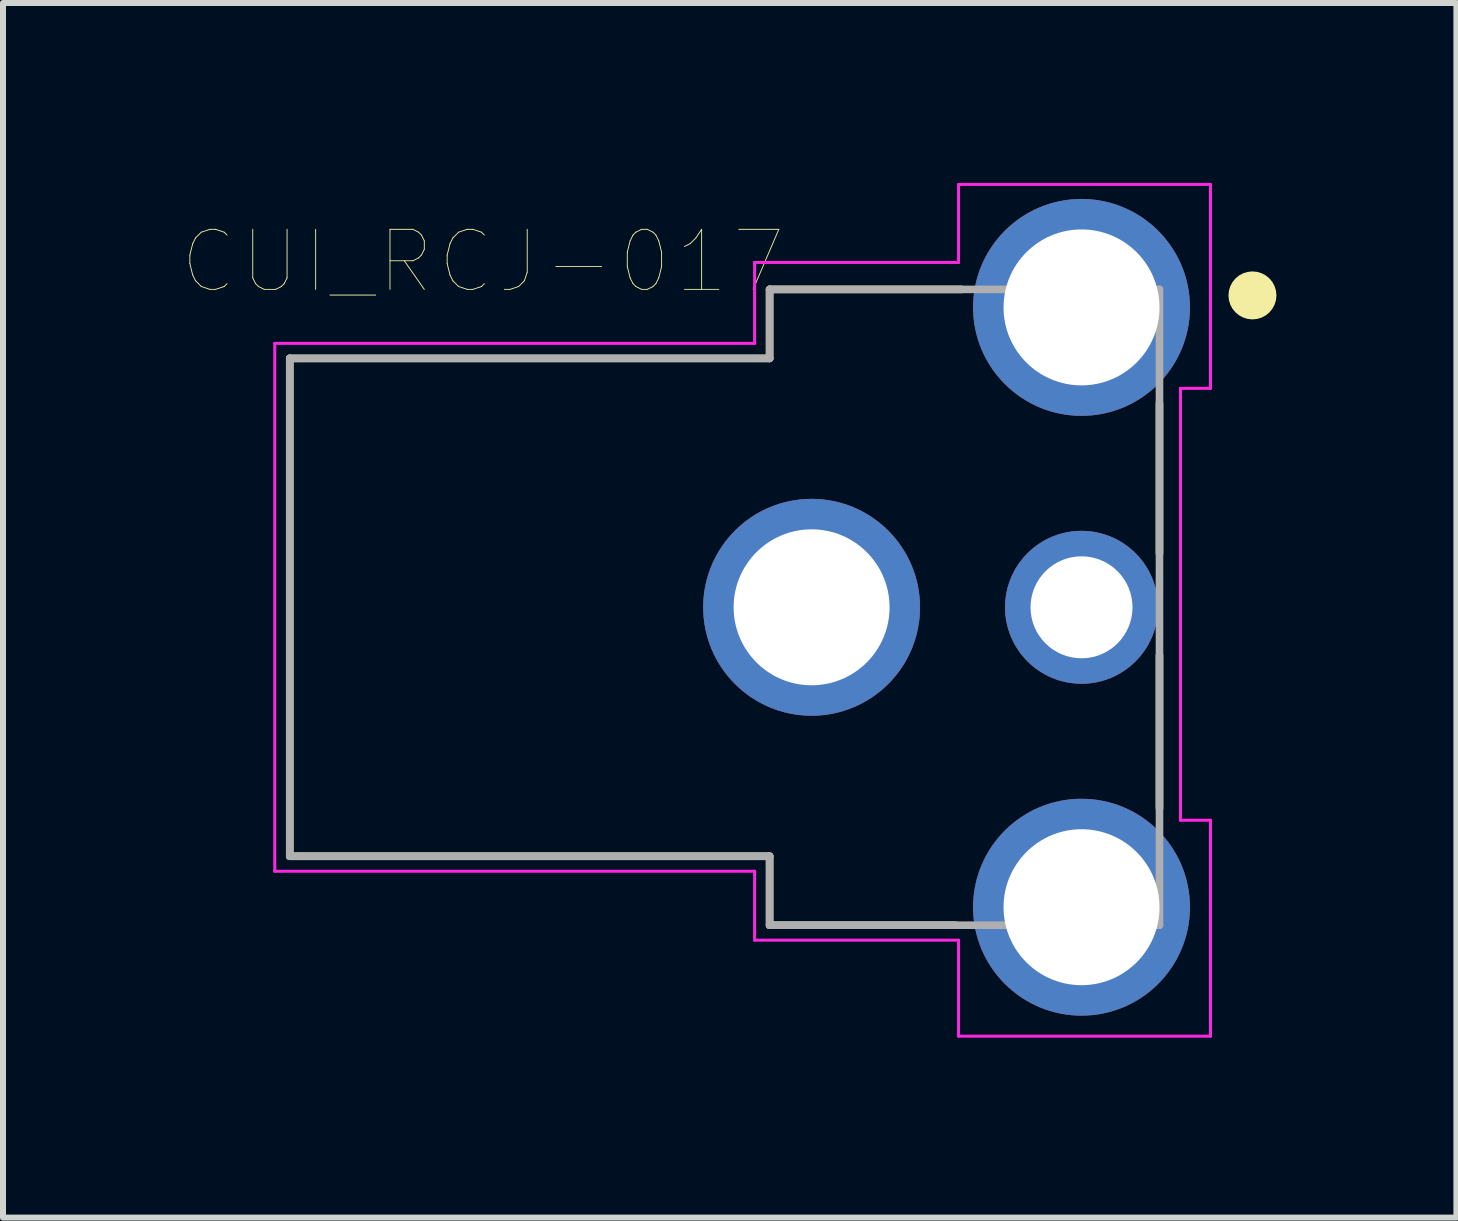
<source format=kicad_pcb>
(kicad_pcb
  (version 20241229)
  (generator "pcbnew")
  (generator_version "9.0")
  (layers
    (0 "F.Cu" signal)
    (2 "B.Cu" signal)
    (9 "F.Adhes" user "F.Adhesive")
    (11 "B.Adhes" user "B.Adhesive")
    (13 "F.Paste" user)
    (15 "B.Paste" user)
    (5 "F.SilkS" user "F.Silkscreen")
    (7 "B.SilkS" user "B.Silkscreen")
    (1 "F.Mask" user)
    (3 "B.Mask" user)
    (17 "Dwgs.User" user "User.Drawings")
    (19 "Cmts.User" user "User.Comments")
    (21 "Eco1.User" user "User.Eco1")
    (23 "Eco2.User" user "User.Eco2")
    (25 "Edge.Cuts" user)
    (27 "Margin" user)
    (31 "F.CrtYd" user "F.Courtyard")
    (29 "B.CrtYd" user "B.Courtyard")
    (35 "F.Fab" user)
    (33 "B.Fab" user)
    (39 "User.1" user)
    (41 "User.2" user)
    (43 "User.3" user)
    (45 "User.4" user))
  (footprint "CUI_RCJ-017"
    (layer "F.Cu")
    (at 9.031 7.075)
    (property "Reference" "CUI_RCJ-017" (at -4.03 -5.763 0) (layer "F.SilkS") (effects (font (size 1.001 1.001) (thickness 0.015))))
    (attr through_hole)
    (fp_line (start -7.25 -4.15) (end -7.25 4.15) (stroke (width 0.127) (type solid)) (layer "F.SilkS"))
    (fp_line (start -7.25 4.15) (end 0.75 4.15) (stroke (width 0.127) (type solid)) (layer "F.SilkS"))
    (fp_line (start 0.75 -5.3) (end 0.75 -4.15) (stroke (width 0.127) (type solid)) (layer "F.SilkS"))
    (fp_line (start 0.75 -4.15) (end -7.25 -4.15) (stroke (width 0.127) (type solid)) (layer "F.SilkS"))
    (fp_line (start 0.75 4.15) (end 0.75 5.3) (stroke (width 0.127) (type solid)) (layer "F.SilkS"))
    (fp_line (start 0.75 5.3) (end 3.85 5.3) (stroke (width 0.127) (type solid)) (layer "F.SilkS"))
    (fp_line (start 3.95 -5.3) (end 0.75 -5.3) (stroke (width 0.127) (type solid)) (layer "F.SilkS"))
    (fp_line (start 7.25 -0.9) (end 7.25 -3.4) (stroke (width 0.127) (type solid)) (layer "F.SilkS"))
    (fp_line (start 7.25 3.35) (end 7.25 0.8) (stroke (width 0.127) (type solid)) (layer "F.SilkS"))
    (fp_circle (center 8.8 -5.2) (end 9 -5.2) (stroke (width 0.4) (type solid)) (fill no) (layer "F.SilkS"))
    (fp_line (start -7.5 -4.4) (end -7.5 4.4) (stroke (width 0.05) (type solid)) (layer "F.CrtYd"))
    (fp_line (start -7.5 4.4) (end 0.5 4.4) (stroke (width 0.05) (type solid)) (layer "F.CrtYd"))
    (fp_line (start 0.5 -5.75) (end 0.5 -4.4) (stroke (width 0.05) (type solid)) (layer "F.CrtYd"))
    (fp_line (start 0.5 -4.4) (end -7.5 -4.4) (stroke (width 0.05) (type solid)) (layer "F.CrtYd"))
    (fp_line (start 0.5 4.4) (end 0.5 5.55) (stroke (width 0.05) (type solid)) (layer "F.CrtYd"))
    (fp_line (start 0.5 5.55) (end 3.9 5.55) (stroke (width 0.05) (type solid)) (layer "F.CrtYd"))
    (fp_line (start 3.9 -7.05) (end 8.1 -7.05) (stroke (width 0.05) (type solid)) (layer "F.CrtYd"))
    (fp_line (start 3.9 -5.75) (end 0.5 -5.75) (stroke (width 0.05) (type solid)) (layer "F.CrtYd"))
    (fp_line (start 3.9 -5.75) (end 3.9 -7.05) (stroke (width 0.05) (type solid)) (layer "F.CrtYd"))
    (fp_line (start 3.9 7.15) (end 3.9 5.55) (stroke (width 0.05) (type solid)) (layer "F.CrtYd"))
    (fp_line (start 7.6 -3.65) (end 7.6 3.55) (stroke (width 0.05) (type solid)) (layer "F.CrtYd"))
    (fp_line (start 7.6 3.55) (end 8.1 3.55) (stroke (width 0.05) (type solid)) (layer "F.CrtYd"))
    (fp_line (start 8.1 -7.05) (end 8.1 -3.65) (stroke (width 0.05) (type solid)) (layer "F.CrtYd"))
    (fp_line (start 8.1 -3.65) (end 7.6 -3.65) (stroke (width 0.05) (type solid)) (layer "F.CrtYd"))
    (fp_line (start 8.1 7.15) (end 3.9 7.15) (stroke (width 0.05) (type solid)) (layer "F.CrtYd"))
    (fp_line (start 8.1 7.15) (end 8.1 3.55) (stroke (width 0.05) (type solid)) (layer "F.CrtYd"))
    (fp_line (start -7.25 -4.15) (end -7.25 4.15) (stroke (width 0.127) (type solid)) (layer "F.Fab"))
    (fp_line (start -7.25 4.15) (end 0.75 4.15) (stroke (width 0.127) (type solid)) (layer "F.Fab"))
    (fp_line (start 0.75 -5.3) (end 0.75 -4.15) (stroke (width 0.127) (type solid)) (layer "F.Fab"))
    (fp_line (start 0.75 -4.15) (end -7.25 -4.15) (stroke (width 0.127) (type solid)) (layer "F.Fab"))
    (fp_line (start 0.75 4.15) (end 0.75 5.3) (stroke (width 0.127) (type solid)) (layer "F.Fab"))
    (fp_line (start 0.75 5.3) (end 7.25 5.3) (stroke (width 0.127) (type solid)) (layer "F.Fab"))
    (fp_line (start 7.25 -5.3) (end 0.75 -5.3) (stroke (width 0.127) (type solid)) (layer "F.Fab"))
    (fp_line (start 7.25 5.3) (end 7.25 -5.3) (stroke (width 0.127) (type solid)) (layer "F.Fab"))
    (pad "1A" thru_hole circle (at 5.95 -5) (size 3.616 3.616) (drill 2.6) (layers "*.Cu" "*.Mask"))
    (pad "1B" thru_hole circle (at 5.95 5) (size 3.616 3.616) (drill 2.6) (layers "*.Cu" "*.Mask"))
    (pad "1C" thru_hole circle (at 1.45 0) (size 3.616 3.616) (drill 2.6) (layers "*.Cu" "*.Mask"))
    (pad "2" thru_hole circle (at 5.95 0) (size 2.55 2.55) (drill 1.7) (layers "*.Cu" "*.Mask")))
  (gr_rect
    (start -3 -3)
    (end 21.231 17.25)
    (stroke (width 0.1) (type default))
    (fill no)
    (layer "Edge.Cuts")))
</source>
